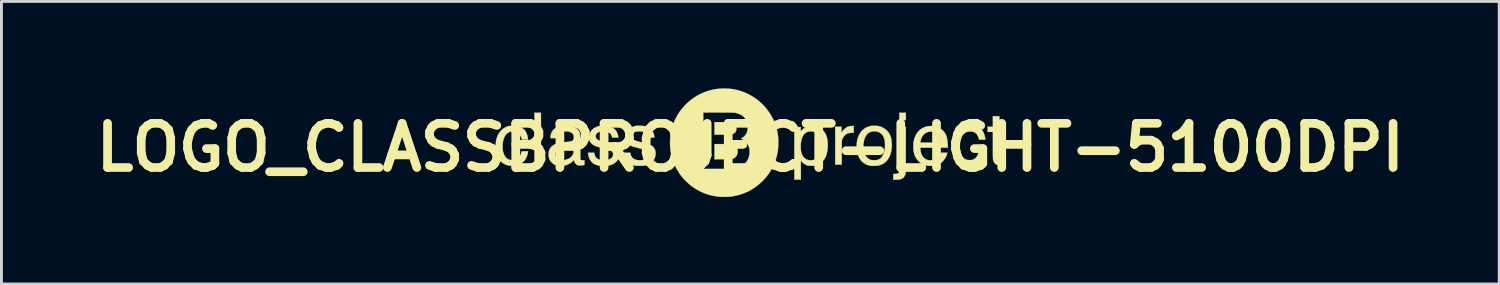
<source format=kicad_pcb>
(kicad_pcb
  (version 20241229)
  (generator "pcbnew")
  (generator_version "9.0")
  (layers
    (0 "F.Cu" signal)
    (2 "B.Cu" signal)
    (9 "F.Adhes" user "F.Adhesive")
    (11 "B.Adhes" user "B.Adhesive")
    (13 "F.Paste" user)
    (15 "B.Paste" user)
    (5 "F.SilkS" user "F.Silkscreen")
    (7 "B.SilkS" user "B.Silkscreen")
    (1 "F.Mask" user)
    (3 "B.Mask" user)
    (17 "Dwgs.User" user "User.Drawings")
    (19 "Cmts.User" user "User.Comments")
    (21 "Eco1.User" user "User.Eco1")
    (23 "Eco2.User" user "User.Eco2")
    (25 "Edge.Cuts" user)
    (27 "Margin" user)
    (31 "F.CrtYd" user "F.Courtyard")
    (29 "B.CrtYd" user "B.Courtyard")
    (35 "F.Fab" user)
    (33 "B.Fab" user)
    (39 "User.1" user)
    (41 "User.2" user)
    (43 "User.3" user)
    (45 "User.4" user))
  (footprint "LOGO_CLASSBPROJECT-LIGHT-5100DPI"
    (layer "F.Cu")
    (at 22.831 2.039)
    (property "Reference" "LOGO_CLASSBPROJECT-LIGHT-5100DPI" (at 0 0 0) (layer "F.SilkS") (effects (font (size 1.524 1.524) (thickness 0.3))))
    (attr through_hole)
    (fp_poly (pts (xy -7.222 0.588) (xy -7.446 0.588) (xy -7.446 -1.2) (xy -7.222 -1.2) (xy -7.222 0.588)) (stroke (width 0.01) (type solid)) (fill yes) (layer "F.SilkS"))
    (fp_poly (pts (xy 5.364 -0.946) (xy 5.14 -0.946) (xy 5.14 -1.2) (xy 5.364 -1.2) (xy 5.364 -0.946)) (stroke (width 0.01) (type solid)) (fill yes) (layer "F.SilkS"))
    (fp_poly (pts (xy 3.566 -0.508) (xy 3.5 -0.508) (xy 3.442 -0.505) (xy 3.392 -0.497) (xy 3.348 -0.483) (xy 3.309 -0.463) (xy 3.273 -0.435) (xy 3.254 -0.416) (xy 3.224 -0.382) (xy 3.201 -0.348) (xy 3.182 -0.31) (xy 3.171 -0.28) (xy 3.155 -0.237) (xy 3.154 0.176) (xy 3.152 0.588) (xy 2.928 0.588) (xy 2.928 -0.717) (xy 3.143 -0.717) (xy 3.143 -0.511) (xy 3.157 -0.534) (xy 3.174 -0.558) (xy 3.197 -0.585) (xy 3.223 -0.614) (xy 3.25 -0.641) (xy 3.276 -0.664) (xy 3.279 -0.666) (xy 3.318 -0.695) (xy 3.357 -0.716) (xy 3.397 -0.73) (xy 3.44 -0.739) (xy 3.49 -0.742) (xy 3.503 -0.742) (xy 3.566 -0.742) (xy 3.566 -0.508)) (stroke (width 0.01) (type solid)) (fill yes) (layer "F.SilkS"))
    (fp_poly (pts (xy -0.982 -0.119) (xy -0.913 -0.119) (xy -0.854 -0.119) (xy -0.802 -0.118) (xy -0.758 -0.117) (xy -0.72 -0.116) (xy -0.688 -0.114) (xy -0.661 -0.111) (xy -0.637 -0.108) (xy -0.617 -0.104) (xy -0.599 -0.099) (xy -0.582 -0.093) (xy -0.566 -0.087) (xy -0.554 -0.081) (xy -0.516 -0.057) (xy -0.484 -0.027) (xy -0.461 0.01) (xy -0.445 0.052) (xy -0.441 0.073) (xy -0.439 0.101) (xy -0.439 0.132) (xy -0.439 0.163) (xy -0.442 0.191) (xy -0.444 0.202) (xy -0.456 0.246) (xy -0.477 0.287) (xy -0.505 0.323) (xy -0.54 0.352) (xy -0.569 0.369) (xy -0.583 0.375) (xy -0.596 0.38) (xy -0.608 0.385) (xy -0.621 0.389) (xy -0.636 0.392) (xy -0.654 0.394) (xy -0.675 0.396) (xy -0.7 0.398) (xy -0.731 0.399) (xy -0.767 0.4) (xy -0.81 0.401) (xy -0.862 0.401) (xy -0.921 0.402) (xy -0.953 0.402) (xy -1.235 0.404) (xy -1.235 -0.12) (xy -0.982 -0.119)) (stroke (width 0.01) (type solid)) (fill yes) (layer "F.SilkS"))
    (fp_poly (pts (xy -0.967 -0.875) (xy -0.905 -0.875) (xy -0.852 -0.874) (xy -0.807 -0.873) (xy -0.77 -0.872) (xy -0.738 -0.871) (xy -0.711 -0.87) (xy -0.688 -0.868) (xy -0.669 -0.866) (xy -0.652 -0.863) (xy -0.636 -0.86) (xy -0.62 -0.856) (xy -0.604 -0.852) (xy -0.596 -0.85) (xy -0.562 -0.835) (xy -0.531 -0.811) (xy -0.509 -0.785) (xy -0.498 -0.766) (xy -0.49 -0.747) (xy -0.484 -0.726) (xy -0.482 -0.7) (xy -0.481 -0.668) (xy -0.481 -0.66) (xy -0.481 -0.632) (xy -0.483 -0.611) (xy -0.485 -0.595) (xy -0.489 -0.581) (xy -0.492 -0.572) (xy -0.511 -0.537) (xy -0.537 -0.508) (xy -0.571 -0.485) (xy -0.58 -0.48) (xy -0.595 -0.474) (xy -0.608 -0.468) (xy -0.621 -0.463) (xy -0.634 -0.459) (xy -0.649 -0.455) (xy -0.667 -0.453) (xy -0.687 -0.45) (xy -0.712 -0.449) (xy -0.742 -0.447) (xy -0.778 -0.447) (xy -0.821 -0.446) (xy -0.871 -0.445) (xy -0.931 -0.445) (xy -0.96 -0.445) (xy -1.235 -0.443) (xy -1.235 -0.877) (xy -0.967 -0.875)) (stroke (width 0.01) (type solid)) (fill yes) (layer "F.SilkS"))
    (fp_poly (pts (xy 5.362 0.078) (xy 5.362 0.183) (xy 5.362 0.278) (xy 5.362 0.364) (xy 5.362 0.441) (xy 5.361 0.51) (xy 5.361 0.572) (xy 5.361 0.627) (xy 5.36 0.675) (xy 5.36 0.717) (xy 5.36 0.753) (xy 5.359 0.784) (xy 5.359 0.81) (xy 5.358 0.831) (xy 5.358 0.85) (xy 5.357 0.864) (xy 5.356 0.876) (xy 5.355 0.885) (xy 5.354 0.893) (xy 5.353 0.899) (xy 5.352 0.904) (xy 5.336 0.954) (xy 5.313 0.997) (xy 5.283 1.033) (xy 5.247 1.062) (xy 5.202 1.085) (xy 5.162 1.098) (xy 5.147 1.102) (xy 5.127 1.105) (xy 5.101 1.107) (xy 5.068 1.108) (xy 5.031 1.109) (xy 4.931 1.112) (xy 4.931 0.911) (xy 4.962 0.911) (xy 4.99 0.91) (xy 5.02 0.908) (xy 5.049 0.904) (xy 5.074 0.899) (xy 5.093 0.894) (xy 5.095 0.893) (xy 5.109 0.885) (xy 5.12 0.872) (xy 5.128 0.853) (xy 5.133 0.826) (xy 5.135 0.819) (xy 5.135 0.809) (xy 5.136 0.789) (xy 5.137 0.76) (xy 5.137 0.722) (xy 5.138 0.675) (xy 5.138 0.619) (xy 5.139 0.555) (xy 5.139 0.482) (xy 5.139 0.402) (xy 5.139 0.315) (xy 5.14 0.22) (xy 5.14 0.118) (xy 5.14 0.036) (xy 5.14 -0.712) (xy 5.364 -0.712) (xy 5.362 0.078)) (stroke (width 0.01) (type solid)) (fill yes) (layer "F.SilkS"))
    (fp_poly (pts (xy 8.591 -0.717) (xy 8.8 -0.717) (xy 8.8 -0.538) (xy 8.591 -0.538) (xy 8.591 -0.101) (xy 8.591 -0.025) (xy 8.591 0.042) (xy 8.591 0.1) (xy 8.592 0.151) (xy 8.592 0.193) (xy 8.592 0.229) (xy 8.592 0.259) (xy 8.593 0.284) (xy 8.593 0.303) (xy 8.594 0.318) (xy 8.595 0.33) (xy 8.596 0.339) (xy 8.597 0.346) (xy 8.599 0.351) (xy 8.6 0.355) (xy 8.601 0.356) (xy 8.61 0.374) (xy 8.622 0.388) (xy 8.638 0.397) (xy 8.658 0.403) (xy 8.685 0.407) (xy 8.72 0.408) (xy 8.733 0.408) (xy 8.8 0.408) (xy 8.8 0.591) (xy 8.772 0.598) (xy 8.753 0.601) (xy 8.726 0.603) (xy 8.695 0.605) (xy 8.661 0.606) (xy 8.627 0.606) (xy 8.594 0.605) (xy 8.565 0.604) (xy 8.542 0.602) (xy 8.53 0.6) (xy 8.488 0.585) (xy 8.453 0.564) (xy 8.424 0.535) (xy 8.401 0.499) (xy 8.383 0.454) (xy 8.375 0.425) (xy 8.374 0.418) (xy 8.373 0.409) (xy 8.371 0.399) (xy 8.371 0.386) (xy 8.37 0.37) (xy 8.369 0.349) (xy 8.369 0.324) (xy 8.368 0.294) (xy 8.368 0.258) (xy 8.367 0.216) (xy 8.367 0.167) (xy 8.367 0.11) (xy 8.367 0.044) (xy 8.367 -0.03) (xy 8.367 -0.074) (xy 8.367 -0.538) (xy 8.188 -0.538) (xy 8.188 -0.717) (xy 8.367 -0.717) (xy 8.367 -1.081) (xy 8.591 -1.081) (xy 8.591 -0.717)) (stroke (width 0.01) (type solid)) (fill yes) (layer "F.SilkS"))
    (fp_poly (pts (xy -8.131 -0.751) (xy -8.098 -0.749) (xy -8.083 -0.747) (xy -8.012 -0.733) (xy -7.947 -0.712) (xy -7.888 -0.684) (xy -7.836 -0.649) (xy -7.792 -0.609) (xy -7.776 -0.59) (xy -7.745 -0.546) (xy -7.719 -0.494) (xy -7.698 -0.436) (xy -7.681 -0.369) (xy -7.668 -0.295) (xy -7.665 -0.274) (xy -7.882 -0.274) (xy -7.894 -0.317) (xy -7.91 -0.366) (xy -7.931 -0.411) (xy -7.956 -0.452) (xy -7.98 -0.48) (xy -8.011 -0.507) (xy -8.044 -0.527) (xy -8.082 -0.541) (xy -8.125 -0.549) (xy -8.176 -0.553) (xy -8.188 -0.553) (xy -8.221 -0.552) (xy -8.251 -0.549) (xy -8.274 -0.546) (xy -8.275 -0.545) (xy -8.326 -0.527) (xy -8.372 -0.501) (xy -8.413 -0.466) (xy -8.449 -0.423) (xy -8.479 -0.371) (xy -8.504 -0.31) (xy -8.524 -0.241) (xy -8.534 -0.196) (xy -8.539 -0.16) (xy -8.543 -0.118) (xy -8.545 -0.072) (xy -8.545 -0.025) (xy -8.544 0.021) (xy -8.542 0.061) (xy -8.539 0.085) (xy -8.526 0.151) (xy -8.508 0.211) (xy -8.484 0.266) (xy -8.455 0.314) (xy -8.422 0.354) (xy -8.391 0.381) (xy -8.359 0.402) (xy -8.324 0.416) (xy -8.299 0.423) (xy -8.266 0.43) (xy -8.227 0.433) (xy -8.186 0.433) (xy -8.149 0.43) (xy -8.124 0.426) (xy -8.077 0.41) (xy -8.034 0.385) (xy -7.995 0.351) (xy -7.96 0.31) (xy -7.93 0.261) (xy -7.906 0.206) (xy -7.889 0.151) (xy -7.884 0.129) (xy -7.664 0.129) (xy -7.668 0.148) (xy -7.685 0.229) (xy -7.707 0.301) (xy -7.736 0.366) (xy -7.77 0.424) (xy -7.811 0.474) (xy -7.858 0.517) (xy -7.892 0.541) (xy -7.939 0.569) (xy -7.987 0.59) (xy -8.04 0.607) (xy -8.099 0.62) (xy -8.1 0.62) (xy -8.127 0.623) (xy -8.16 0.626) (xy -8.198 0.627) (xy -8.236 0.627) (xy -8.274 0.626) (xy -8.307 0.624) (xy -8.334 0.621) (xy -8.339 0.62) (xy -8.408 0.601) (xy -8.472 0.574) (xy -8.531 0.539) (xy -8.585 0.495) (xy -8.634 0.444) (xy -8.676 0.386) (xy -8.712 0.32) (xy -8.742 0.249) (xy -8.76 0.187) (xy -8.774 0.12) (xy -8.782 0.046) (xy -8.785 -0.031) (xy -8.783 -0.11) (xy -8.775 -0.189) (xy -8.763 -0.264) (xy -8.755 -0.296) (xy -8.731 -0.373) (xy -8.699 -0.444) (xy -8.66 -0.509) (xy -8.615 -0.568) (xy -8.563 -0.619) (xy -8.505 -0.663) (xy -8.442 -0.699) (xy -8.374 -0.727) (xy -8.34 -0.738) (xy -8.315 -0.743) (xy -8.284 -0.747) (xy -8.247 -0.749) (xy -8.208 -0.751) (xy -8.168 -0.752) (xy -8.131 -0.751)) (stroke (width 0.01) (type solid)) (fill yes) (layer "F.SilkS"))
    (fp_poly (pts (xy 7.642 -0.751) (xy 7.674 -0.749) (xy 7.69 -0.747) (xy 7.761 -0.733) (xy 7.826 -0.712) (xy 7.885 -0.684) (xy 7.937 -0.649) (xy 7.981 -0.609) (xy 7.997 -0.59) (xy 8.028 -0.546) (xy 8.053 -0.494) (xy 8.075 -0.436) (xy 8.092 -0.369) (xy 8.105 -0.295) (xy 8.108 -0.274) (xy 7.89 -0.274) (xy 7.879 -0.317) (xy 7.863 -0.366) (xy 7.842 -0.411) (xy 7.817 -0.452) (xy 7.793 -0.48) (xy 7.762 -0.507) (xy 7.729 -0.527) (xy 7.691 -0.541) (xy 7.647 -0.549) (xy 7.597 -0.553) (xy 7.585 -0.553) (xy 7.552 -0.552) (xy 7.522 -0.549) (xy 7.499 -0.546) (xy 7.498 -0.545) (xy 7.447 -0.527) (xy 7.401 -0.501) (xy 7.36 -0.466) (xy 7.324 -0.423) (xy 7.294 -0.371) (xy 7.269 -0.31) (xy 7.248 -0.241) (xy 7.239 -0.196) (xy 7.234 -0.16) (xy 7.23 -0.118) (xy 7.228 -0.072) (xy 7.227 -0.025) (xy 7.228 0.021) (xy 7.231 0.061) (xy 7.234 0.085) (xy 7.247 0.151) (xy 7.265 0.211) (xy 7.289 0.266) (xy 7.318 0.314) (xy 7.351 0.354) (xy 7.382 0.381) (xy 7.414 0.402) (xy 7.449 0.416) (xy 7.474 0.423) (xy 7.507 0.43) (xy 7.546 0.433) (xy 7.586 0.433) (xy 7.624 0.43) (xy 7.649 0.426) (xy 7.696 0.41) (xy 7.739 0.385) (xy 7.778 0.351) (xy 7.813 0.31) (xy 7.843 0.261) (xy 7.867 0.206) (xy 7.884 0.151) (xy 7.889 0.129) (xy 8.109 0.129) (xy 8.105 0.148) (xy 8.088 0.229) (xy 8.066 0.301) (xy 8.037 0.366) (xy 8.002 0.424) (xy 7.962 0.474) (xy 7.915 0.517) (xy 7.881 0.541) (xy 7.834 0.569) (xy 7.786 0.59) (xy 7.733 0.607) (xy 7.674 0.62) (xy 7.673 0.62) (xy 7.646 0.623) (xy 7.612 0.626) (xy 7.575 0.627) (xy 7.536 0.627) (xy 7.499 0.626) (xy 7.466 0.624) (xy 7.439 0.621) (xy 7.434 0.62) (xy 7.365 0.601) (xy 7.301 0.574) (xy 7.242 0.539) (xy 7.188 0.495) (xy 7.139 0.444) (xy 7.097 0.386) (xy 7.061 0.32) (xy 7.031 0.249) (xy 7.013 0.187) (xy 6.999 0.12) (xy 6.991 0.046) (xy 6.988 -0.031) (xy 6.99 -0.11) (xy 6.998 -0.189) (xy 7.01 -0.264) (xy 7.018 -0.296) (xy 7.042 -0.373) (xy 7.074 -0.444) (xy 7.112 -0.509) (xy 7.158 -0.568) (xy 7.21 -0.619) (xy 7.267 -0.663) (xy 7.331 -0.699) (xy 7.399 -0.727) (xy 7.433 -0.738) (xy 7.457 -0.743) (xy 7.489 -0.747) (xy 7.526 -0.749) (xy 7.565 -0.751) (xy 7.605 -0.752) (xy 7.642 -0.751)) (stroke (width 0.01) (type solid)) (fill yes) (layer "F.SilkS"))
    (fp_poly (pts (xy 2.176 -0.749) (xy 2.202 -0.749) (xy 2.222 -0.748) (xy 2.238 -0.746) (xy 2.252 -0.744) (xy 2.266 -0.74) (xy 2.282 -0.736) (xy 2.284 -0.735) (xy 2.349 -0.71) (xy 2.41 -0.676) (xy 2.465 -0.635) (xy 2.515 -0.585) (xy 2.559 -0.529) (xy 2.596 -0.467) (xy 2.626 -0.399) (xy 2.632 -0.382) (xy 2.648 -0.322) (xy 2.661 -0.255) (xy 2.668 -0.183) (xy 2.672 -0.107) (xy 2.671 -0.03) (xy 2.665 0.047) (xy 2.655 0.122) (xy 2.641 0.192) (xy 2.632 0.227) (xy 2.606 0.302) (xy 2.573 0.37) (xy 2.533 0.431) (xy 2.486 0.484) (xy 2.433 0.531) (xy 2.373 0.57) (xy 2.348 0.583) (xy 2.316 0.598) (xy 2.287 0.61) (xy 2.26 0.618) (xy 2.231 0.624) (xy 2.2 0.627) (xy 2.163 0.629) (xy 2.119 0.63) (xy 2.114 0.63) (xy 2.08 0.63) (xy 2.053 0.629) (xy 2.033 0.628) (xy 2.017 0.627) (xy 2.003 0.625) (xy 1.989 0.621) (xy 1.974 0.617) (xy 1.97 0.616) (xy 1.933 0.603) (xy 1.902 0.59) (xy 1.873 0.573) (xy 1.845 0.552) (xy 1.815 0.526) (xy 1.799 0.51) (xy 1.743 0.456) (xy 1.743 0.781) (xy 1.743 1.106) (xy 1.519 1.106) (xy 1.519 -0.012) (xy 1.737 -0.012) (xy 1.741 0.066) (xy 1.752 0.138) (xy 1.769 0.202) (xy 1.791 0.259) (xy 1.82 0.308) (xy 1.854 0.35) (xy 1.894 0.385) (xy 1.94 0.411) (xy 1.991 0.429) (xy 2.01 0.433) (xy 2.032 0.436) (xy 2.061 0.438) (xy 2.092 0.438) (xy 2.123 0.436) (xy 2.15 0.434) (xy 2.168 0.43) (xy 2.213 0.414) (xy 2.256 0.39) (xy 2.297 0.358) (xy 2.334 0.321) (xy 2.364 0.28) (xy 2.375 0.26) (xy 2.398 0.21) (xy 2.416 0.158) (xy 2.429 0.101) (xy 2.438 0.039) (xy 2.443 -0.027) (xy 2.444 -0.105) (xy 2.438 -0.179) (xy 2.427 -0.249) (xy 2.409 -0.313) (xy 2.386 -0.371) (xy 2.357 -0.422) (xy 2.323 -0.465) (xy 2.316 -0.473) (xy 2.278 -0.505) (xy 2.237 -0.529) (xy 2.191 -0.546) (xy 2.14 -0.555) (xy 2.09 -0.558) (xy 2.058 -0.557) (xy 2.03 -0.555) (xy 2.007 -0.551) (xy 2.004 -0.55) (xy 1.953 -0.532) (xy 1.907 -0.506) (xy 1.866 -0.471) (xy 1.831 -0.429) (xy 1.801 -0.378) (xy 1.777 -0.318) (xy 1.759 -0.251) (xy 1.746 -0.176) (xy 1.739 -0.096) (xy 1.737 -0.012) (xy 1.519 -0.012) (xy 1.519 -0.707) (xy 1.738 -0.707) (xy 1.738 -0.559) (xy 1.792 -0.612) (xy 1.835 -0.651) (xy 1.878 -0.683) (xy 1.922 -0.708) (xy 1.97 -0.728) (xy 2.012 -0.741) (xy 2.026 -0.744) (xy 2.042 -0.746) (xy 2.062 -0.748) (xy 2.086 -0.749) (xy 2.118 -0.749) (xy 2.142 -0.749) (xy 2.176 -0.749)) (stroke (width 0.01) (type solid)) (fill yes) (layer "F.SilkS"))
    (fp_poly (pts (xy 4.314 -0.751) (xy 4.354 -0.75) (xy 4.389 -0.746) (xy 4.401 -0.744) (xy 4.475 -0.726) (xy 4.545 -0.7) (xy 4.611 -0.664) (xy 4.671 -0.62) (xy 4.709 -0.586) (xy 4.754 -0.535) (xy 4.792 -0.479) (xy 4.823 -0.418) (xy 4.845 -0.359) (xy 4.857 -0.317) (xy 4.866 -0.277) (xy 4.872 -0.234) (xy 4.877 -0.186) (xy 4.879 -0.132) (xy 4.879 -0.124) (xy 4.879 -0.028) (xy 4.871 0.062) (xy 4.857 0.145) (xy 4.835 0.224) (xy 4.806 0.298) (xy 4.769 0.369) (xy 4.747 0.403) (xy 4.705 0.459) (xy 4.657 0.506) (xy 4.603 0.546) (xy 4.543 0.579) (xy 4.477 0.604) (xy 4.403 0.622) (xy 4.385 0.625) (xy 4.36 0.628) (xy 4.327 0.63) (xy 4.29 0.632) (xy 4.252 0.632) (xy 4.214 0.631) (xy 4.178 0.63) (xy 4.149 0.628) (xy 4.131 0.625) (xy 4.059 0.607) (xy 3.992 0.581) (xy 3.93 0.546) (xy 3.875 0.504) (xy 3.824 0.453) (xy 3.78 0.394) (xy 3.747 0.336) (xy 3.716 0.265) (xy 3.693 0.189) (xy 3.677 0.106) (xy 3.668 0.02) (xy 3.668 -0.041) (xy 3.9 -0.041) (xy 3.903 0.033) (xy 3.912 0.103) (xy 3.927 0.167) (xy 3.948 0.226) (xy 3.974 0.279) (xy 4.005 0.324) (xy 4.04 0.362) (xy 4.08 0.392) (xy 4.1 0.403) (xy 4.13 0.417) (xy 4.159 0.426) (xy 4.189 0.433) (xy 4.223 0.436) (xy 4.262 0.437) (xy 4.283 0.437) (xy 4.315 0.436) (xy 4.338 0.434) (xy 4.357 0.433) (xy 4.373 0.43) (xy 4.389 0.425) (xy 4.401 0.422) (xy 4.444 0.404) (xy 4.482 0.38) (xy 4.516 0.349) (xy 4.545 0.311) (xy 4.571 0.265) (xy 4.595 0.21) (xy 4.604 0.183) (xy 4.625 0.11) (xy 4.639 0.036) (xy 4.645 -0.04) (xy 4.645 -0.122) (xy 4.645 -0.122) (xy 4.641 -0.185) (xy 4.634 -0.241) (xy 4.623 -0.291) (xy 4.607 -0.338) (xy 4.587 -0.383) (xy 4.585 -0.386) (xy 4.555 -0.433) (xy 4.518 -0.474) (xy 4.475 -0.507) (xy 4.425 -0.533) (xy 4.408 -0.54) (xy 4.389 -0.546) (xy 4.372 -0.55) (xy 4.355 -0.553) (xy 4.334 -0.555) (xy 4.307 -0.556) (xy 4.295 -0.557) (xy 4.25 -0.557) (xy 4.212 -0.555) (xy 4.178 -0.549) (xy 4.147 -0.539) (xy 4.115 -0.526) (xy 4.073 -0.5) (xy 4.034 -0.466) (xy 4 -0.423) (xy 3.97 -0.374) (xy 3.945 -0.317) (xy 3.926 -0.255) (xy 3.911 -0.187) (xy 3.902 -0.114) (xy 3.9 -0.041) (xy 3.668 -0.041) (xy 3.668 -0.071) (xy 3.67 -0.113) (xy 3.678 -0.19) (xy 3.689 -0.258) (xy 3.705 -0.321) (xy 3.726 -0.38) (xy 3.75 -0.433) (xy 3.79 -0.502) (xy 3.835 -0.562) (xy 3.886 -0.614) (xy 3.943 -0.659) (xy 4.005 -0.695) (xy 4.073 -0.722) (xy 4.147 -0.742) (xy 4.162 -0.745) (xy 4.193 -0.749) (xy 4.231 -0.751) (xy 4.272 -0.752) (xy 4.314 -0.751)) (stroke (width 0.01) (type solid)) (fill yes) (layer "F.SilkS"))
    (fp_poly (pts (xy 6.284 -0.741) (xy 6.322 -0.738) (xy 6.341 -0.735) (xy 6.409 -0.718) (xy 6.474 -0.694) (xy 6.535 -0.664) (xy 6.591 -0.628) (xy 6.64 -0.588) (xy 6.682 -0.543) (xy 6.697 -0.522) (xy 6.723 -0.482) (xy 6.744 -0.442) (xy 6.762 -0.399) (xy 6.776 -0.353) (xy 6.788 -0.302) (xy 6.797 -0.246) (xy 6.804 -0.182) (xy 6.809 -0.111) (xy 6.81 -0.071) (xy 6.813 0.005) (xy 5.862 0.005) (xy 5.862 0.026) (xy 5.863 0.047) (xy 5.866 0.075) (xy 5.871 0.106) (xy 5.877 0.137) (xy 5.884 0.166) (xy 5.887 0.178) (xy 5.907 0.236) (xy 5.933 0.287) (xy 5.964 0.331) (xy 6 0.368) (xy 6.04 0.397) (xy 6.058 0.406) (xy 6.09 0.42) (xy 6.121 0.429) (xy 6.155 0.435) (xy 6.194 0.437) (xy 6.238 0.437) (xy 6.268 0.436) (xy 6.292 0.434) (xy 6.311 0.431) (xy 6.328 0.427) (xy 6.346 0.422) (xy 6.347 0.421) (xy 6.401 0.398) (xy 6.449 0.367) (xy 6.491 0.328) (xy 6.525 0.282) (xy 6.552 0.231) (xy 6.558 0.217) (xy 6.572 0.179) (xy 6.794 0.179) (xy 6.79 0.198) (xy 6.779 0.242) (xy 6.761 0.289) (xy 6.737 0.337) (xy 6.708 0.385) (xy 6.676 0.43) (xy 6.642 0.47) (xy 6.634 0.478) (xy 6.581 0.524) (xy 6.522 0.562) (xy 6.457 0.592) (xy 6.386 0.615) (xy 6.322 0.627) (xy 6.291 0.63) (xy 6.254 0.632) (xy 6.213 0.632) (xy 6.172 0.631) (xy 6.133 0.629) (xy 6.098 0.626) (xy 6.076 0.622) (xy 6.007 0.602) (xy 5.942 0.574) (xy 5.88 0.536) (xy 5.822 0.488) (xy 5.817 0.484) (xy 5.77 0.435) (xy 5.73 0.383) (xy 5.697 0.327) (xy 5.67 0.266) (xy 5.649 0.199) (xy 5.633 0.125) (xy 5.628 0.09) (xy 5.625 0.062) (xy 5.623 0.028) (xy 5.623 -0.012) (xy 5.623 -0.054) (xy 5.624 -0.095) (xy 5.626 -0.134) (xy 5.628 -0.167) (xy 5.629 -0.169) (xy 5.866 -0.169) (xy 6.222 -0.169) (xy 6.291 -0.169) (xy 6.35 -0.169) (xy 6.4 -0.169) (xy 6.442 -0.17) (xy 6.478 -0.17) (xy 6.506 -0.17) (xy 6.529 -0.171) (xy 6.546 -0.171) (xy 6.559 -0.172) (xy 6.568 -0.173) (xy 6.574 -0.174) (xy 6.577 -0.175) (xy 6.579 -0.177) (xy 6.579 -0.178) (xy 6.578 -0.193) (xy 6.574 -0.215) (xy 6.569 -0.241) (xy 6.563 -0.269) (xy 6.556 -0.296) (xy 6.549 -0.32) (xy 6.549 -0.321) (xy 6.527 -0.376) (xy 6.498 -0.424) (xy 6.463 -0.464) (xy 6.422 -0.496) (xy 6.394 -0.513) (xy 6.356 -0.529) (xy 6.319 -0.54) (xy 6.278 -0.546) (xy 6.231 -0.548) (xy 6.228 -0.548) (xy 6.17 -0.544) (xy 6.12 -0.534) (xy 6.074 -0.517) (xy 6.067 -0.513) (xy 6.018 -0.481) (xy 5.975 -0.442) (xy 5.939 -0.396) (xy 5.909 -0.344) (xy 5.887 -0.285) (xy 5.872 -0.222) (xy 5.869 -0.198) (xy 5.866 -0.169) (xy 5.629 -0.169) (xy 5.63 -0.182) (xy 5.647 -0.268) (xy 5.672 -0.348) (xy 5.705 -0.422) (xy 5.745 -0.49) (xy 5.794 -0.553) (xy 5.826 -0.587) (xy 5.881 -0.634) (xy 5.941 -0.672) (xy 6.006 -0.703) (xy 6.076 -0.726) (xy 6.11 -0.733) (xy 6.15 -0.738) (xy 6.195 -0.741) (xy 6.24 -0.742) (xy 6.284 -0.741)) (stroke (width 0.01) (type solid)) (fill yes) (layer "F.SilkS"))
    (fp_poly (pts (xy -5.018 -0.749) (xy -4.979 -0.748) (xy -4.946 -0.746) (xy -4.917 -0.742) (xy -4.891 -0.737) (xy -4.865 -0.73) (xy -4.837 -0.721) (xy -4.82 -0.715) (xy -4.769 -0.692) (xy -4.723 -0.665) (xy -4.694 -0.642) (xy -4.658 -0.607) (xy -4.626 -0.566) (xy -4.599 -0.521) (xy -4.578 -0.473) (xy -4.564 -0.425) (xy -4.557 -0.378) (xy -4.557 -0.37) (xy -4.557 -0.344) (xy -4.766 -0.344) (xy -4.771 -0.371) (xy -4.781 -0.402) (xy -4.795 -0.434) (xy -4.813 -0.463) (xy -4.832 -0.486) (xy -4.834 -0.488) (xy -4.861 -0.508) (xy -4.896 -0.527) (xy -4.935 -0.542) (xy -4.948 -0.546) (xy -4.968 -0.55) (xy -4.996 -0.553) (xy -5.029 -0.555) (xy -5.064 -0.557) (xy -5.099 -0.557) (xy -5.131 -0.556) (xy -5.158 -0.555) (xy -5.168 -0.553) (xy -5.209 -0.542) (xy -5.247 -0.526) (xy -5.28 -0.503) (xy -5.306 -0.477) (xy -5.32 -0.456) (xy -5.327 -0.437) (xy -5.332 -0.413) (xy -5.333 -0.402) (xy -5.331 -0.365) (xy -5.321 -0.331) (xy -5.301 -0.301) (xy -5.272 -0.274) (xy -5.234 -0.25) (xy -5.199 -0.235) (xy -5.185 -0.23) (xy -5.163 -0.223) (xy -5.134 -0.215) (xy -5.1 -0.206) (xy -5.063 -0.196) (xy -5.023 -0.185) (xy -5 -0.18) (xy -4.93 -0.162) (xy -4.868 -0.146) (xy -4.814 -0.13) (xy -4.768 -0.116) (xy -4.729 -0.102) (xy -4.695 -0.088) (xy -4.666 -0.074) (xy -4.641 -0.06) (xy -4.62 -0.046) (xy -4.613 -0.04) (xy -4.591 -0.018) (xy -4.569 0.01) (xy -4.549 0.041) (xy -4.534 0.072) (xy -4.533 0.075) (xy -4.52 0.125) (xy -4.513 0.18) (xy -4.514 0.237) (xy -4.522 0.293) (xy -4.537 0.347) (xy -4.554 0.388) (xy -4.587 0.443) (xy -4.627 0.491) (xy -4.674 0.532) (xy -4.728 0.567) (xy -4.789 0.594) (xy -4.857 0.615) (xy -4.86 0.616) (xy -4.878 0.62) (xy -4.894 0.623) (xy -4.911 0.626) (xy -4.929 0.627) (xy -4.952 0.628) (xy -4.98 0.629) (xy -5.015 0.63) (xy -5.035 0.63) (xy -5.071 0.63) (xy -5.106 0.63) (xy -5.138 0.63) (xy -5.165 0.629) (xy -5.185 0.628) (xy -5.192 0.627) (xy -5.247 0.617) (xy -5.302 0.601) (xy -5.353 0.582) (xy -5.398 0.559) (xy -5.431 0.537) (xy -5.457 0.515) (xy -5.483 0.485) (xy -5.509 0.451) (xy -5.532 0.416) (xy -5.546 0.391) (xy -5.565 0.346) (xy -5.58 0.296) (xy -5.591 0.245) (xy -5.595 0.215) (xy -5.599 0.179) (xy -5.384 0.179) (xy -5.381 0.198) (xy -5.378 0.214) (xy -5.374 0.233) (xy -5.371 0.245) (xy -5.355 0.292) (xy -5.332 0.331) (xy -5.301 0.365) (xy -5.263 0.392) (xy -5.217 0.414) (xy -5.163 0.429) (xy -5.138 0.433) (xy -5.114 0.436) (xy -5.083 0.437) (xy -5.049 0.437) (xy -5.013 0.436) (xy -4.979 0.434) (xy -4.949 0.431) (xy -4.925 0.428) (xy -4.918 0.426) (xy -4.884 0.414) (xy -4.85 0.399) (xy -4.818 0.382) (xy -4.792 0.364) (xy -4.781 0.353) (xy -4.758 0.323) (xy -4.742 0.289) (xy -4.734 0.253) (xy -4.734 0.216) (xy -4.743 0.181) (xy -4.757 0.153) (xy -4.766 0.141) (xy -4.776 0.13) (xy -4.788 0.12) (xy -4.803 0.11) (xy -4.822 0.1) (xy -4.845 0.091) (xy -4.874 0.081) (xy -4.909 0.07) (xy -4.95 0.058) (xy -5 0.045) (xy -5.058 0.029) (xy -5.085 0.022) (xy -5.14 0.008) (xy -5.186 -0.004) (xy -5.225 -0.014) (xy -5.257 -0.024) (xy -5.285 -0.032) (xy -5.308 -0.04) (xy -5.329 -0.047) (xy -5.347 -0.055) (xy -5.365 -0.063) (xy -5.384 -0.073) (xy -5.384 -0.073) (xy -5.436 -0.104) (xy -5.479 -0.139) (xy -5.513 -0.179) (xy -5.538 -0.223) (xy -5.555 -0.272) (xy -5.562 -0.324) (xy -5.561 -0.371) (xy -5.551 -0.435) (xy -5.533 -0.494) (xy -5.506 -0.548) (xy -5.471 -0.596) (xy -5.428 -0.639) (xy -5.378 -0.675) (xy -5.32 -0.706) (xy -5.255 -0.73) (xy -5.226 -0.738) (xy -5.211 -0.742) (xy -5.196 -0.745) (xy -5.181 -0.747) (xy -5.163 -0.748) (xy -5.141 -0.749) (xy -5.112 -0.749) (xy -5.076 -0.749) (xy -5.065 -0.749) (xy -5.018 -0.749)) (stroke (width 0.01) (type solid)) (fill yes) (layer "F.SilkS"))
    (fp_poly (pts (xy -3.773 -0.749) (xy -3.734 -0.748) (xy -3.701 -0.746) (xy -3.672 -0.742) (xy -3.645 -0.737) (xy -3.619 -0.73) (xy -3.592 -0.721) (xy -3.575 -0.715) (xy -3.523 -0.692) (xy -3.478 -0.665) (xy -3.449 -0.642) (xy -3.413 -0.607) (xy -3.381 -0.566) (xy -3.354 -0.521) (xy -3.333 -0.473) (xy -3.318 -0.425) (xy -3.312 -0.378) (xy -3.312 -0.37) (xy -3.312 -0.344) (xy -3.52 -0.344) (xy -3.526 -0.371) (xy -3.535 -0.402) (xy -3.55 -0.434) (xy -3.567 -0.463) (xy -3.587 -0.486) (xy -3.589 -0.488) (xy -3.616 -0.508) (xy -3.651 -0.527) (xy -3.69 -0.542) (xy -3.703 -0.546) (xy -3.723 -0.55) (xy -3.751 -0.553) (xy -3.784 -0.555) (xy -3.819 -0.557) (xy -3.854 -0.557) (xy -3.886 -0.556) (xy -3.912 -0.555) (xy -3.923 -0.553) (xy -3.964 -0.542) (xy -4.002 -0.526) (xy -4.035 -0.503) (xy -4.061 -0.477) (xy -4.075 -0.456) (xy -4.082 -0.437) (xy -4.087 -0.413) (xy -4.088 -0.402) (xy -4.086 -0.365) (xy -4.076 -0.331) (xy -4.056 -0.301) (xy -4.027 -0.274) (xy -3.989 -0.25) (xy -3.954 -0.235) (xy -3.94 -0.23) (xy -3.918 -0.223) (xy -3.889 -0.215) (xy -3.855 -0.206) (xy -3.817 -0.196) (xy -3.777 -0.185) (xy -3.755 -0.18) (xy -3.685 -0.162) (xy -3.623 -0.146) (xy -3.569 -0.13) (xy -3.523 -0.116) (xy -3.484 -0.102) (xy -3.45 -0.088) (xy -3.421 -0.074) (xy -3.396 -0.06) (xy -3.375 -0.046) (xy -3.368 -0.04) (xy -3.346 -0.018) (xy -3.324 0.01) (xy -3.304 0.041) (xy -3.289 0.072) (xy -3.288 0.075) (xy -3.275 0.125) (xy -3.268 0.18) (xy -3.269 0.237) (xy -3.277 0.293) (xy -3.292 0.347) (xy -3.309 0.388) (xy -3.342 0.443) (xy -3.382 0.491) (xy -3.429 0.532) (xy -3.482 0.567) (xy -3.543 0.594) (xy -3.612 0.615) (xy -3.615 0.616) (xy -3.633 0.62) (xy -3.649 0.623) (xy -3.666 0.626) (xy -3.684 0.627) (xy -3.707 0.628) (xy -3.734 0.629) (xy -3.77 0.63) (xy -3.79 0.63) (xy -3.826 0.63) (xy -3.861 0.63) (xy -3.893 0.63) (xy -3.92 0.629) (xy -3.94 0.628) (xy -3.947 0.627) (xy -4.002 0.617) (xy -4.056 0.601) (xy -4.108 0.582) (xy -4.153 0.559) (xy -4.186 0.537) (xy -4.212 0.515) (xy -4.238 0.485) (xy -4.264 0.451) (xy -4.287 0.416) (xy -4.301 0.391) (xy -4.32 0.346) (xy -4.335 0.296) (xy -4.346 0.245) (xy -4.35 0.215) (xy -4.354 0.179) (xy -4.139 0.179) (xy -4.136 0.198) (xy -4.133 0.214) (xy -4.129 0.233) (xy -4.126 0.245) (xy -4.11 0.292) (xy -4.087 0.331) (xy -4.056 0.365) (xy -4.018 0.392) (xy -3.972 0.414) (xy -3.918 0.429) (xy -3.893 0.433) (xy -3.869 0.436) (xy -3.838 0.437) (xy -3.804 0.437) (xy -3.768 0.436) (xy -3.734 0.434) (xy -3.703 0.431) (xy -3.68 0.428) (xy -3.673 0.426) (xy -3.639 0.414) (xy -3.605 0.399) (xy -3.573 0.382) (xy -3.547 0.364) (xy -3.536 0.353) (xy -3.513 0.323) (xy -3.497 0.289) (xy -3.489 0.253) (xy -3.489 0.216) (xy -3.497 0.181) (xy -3.512 0.153) (xy -3.521 0.141) (xy -3.531 0.13) (xy -3.543 0.12) (xy -3.558 0.11) (xy -3.577 0.1) (xy -3.6 0.091) (xy -3.629 0.081) (xy -3.664 0.07) (xy -3.705 0.058) (xy -3.755 0.045) (xy -3.813 0.029) (xy -3.84 0.022) (xy -3.895 0.008) (xy -3.941 -0.004) (xy -3.98 -0.014) (xy -4.012 -0.024) (xy -4.04 -0.032) (xy -4.063 -0.04) (xy -4.084 -0.047) (xy -4.102 -0.055) (xy -4.12 -0.063) (xy -4.139 -0.073) (xy -4.139 -0.073) (xy -4.191 -0.104) (xy -4.234 -0.139) (xy -4.268 -0.179) (xy -4.293 -0.223) (xy -4.31 -0.272) (xy -4.317 -0.324) (xy -4.316 -0.371) (xy -4.306 -0.435) (xy -4.288 -0.494) (xy -4.261 -0.548) (xy -4.226 -0.596) (xy -4.183 -0.639) (xy -4.133 -0.675) (xy -4.075 -0.706) (xy -4.01 -0.73) (xy -3.981 -0.738) (xy -3.966 -0.742) (xy -3.951 -0.745) (xy -3.936 -0.747) (xy -3.918 -0.748) (xy -3.896 -0.749) (xy -3.867 -0.749) (xy -3.831 -0.749) (xy -3.82 -0.749) (xy -3.773 -0.749)) (stroke (width 0.01) (type solid)) (fill yes) (layer "F.SilkS"))
    (fp_poly (pts (xy -0.813 -2.033) (xy -0.731 -2.028) (xy -0.653 -2.02) (xy -0.575 -2.008) (xy -0.494 -1.992) (xy -0.444 -1.98) (xy -0.317 -1.943) (xy -0.193 -1.898) (xy -0.073 -1.844) (xy 0.042 -1.781) (xy 0.153 -1.711) (xy 0.258 -1.634) (xy 0.357 -1.549) (xy 0.451 -1.458) (xy 0.537 -1.361) (xy 0.618 -1.257) (xy 0.69 -1.149) (xy 0.755 -1.035) (xy 0.812 -0.917) (xy 0.861 -0.794) (xy 0.901 -0.668) (xy 0.911 -0.63) (xy 0.929 -0.552) (xy 0.943 -0.478) (xy 0.954 -0.406) (xy 0.961 -0.333) (xy 0.965 -0.255) (xy 0.966 -0.171) (xy 0.966 -0.164) (xy 0.963 -0.045) (xy 0.954 0.068) (xy 0.937 0.178) (xy 0.914 0.286) (xy 0.883 0.394) (xy 0.868 0.44) (xy 0.82 0.567) (xy 0.764 0.687) (xy 0.701 0.801) (xy 0.629 0.911) (xy 0.548 1.015) (xy 0.459 1.116) (xy 0.436 1.14) (xy 0.335 1.236) (xy 0.23 1.323) (xy 0.12 1.401) (xy 0.005 1.471) (xy -0.114 1.532) (xy -0.238 1.583) (xy -0.366 1.626) (xy -0.498 1.66) (xy -0.635 1.685) (xy -0.659 1.689) (xy -0.689 1.692) (xy -0.72 1.695) (xy -0.755 1.697) (xy -0.794 1.699) (xy -0.84 1.7) (xy -0.874 1.701) (xy -0.912 1.701) (xy -0.947 1.701) (xy -0.979 1.701) (xy -1.005 1.701) (xy -1.024 1.701) (xy -1.036 1.7) (xy -1.036 1.7) (xy -1.175 1.684) (xy -1.309 1.659) (xy -1.437 1.626) (xy -1.561 1.585) (xy -1.681 1.535) (xy -1.798 1.477) (xy -1.898 1.418) (xy -1.992 1.354) (xy -2.085 1.282) (xy -2.175 1.202) (xy -2.261 1.118) (xy -2.34 1.029) (xy -2.412 0.939) (xy -2.442 0.896) (xy -2.515 0.78) (xy -2.539 0.737) (xy -1.624 0.737) (xy -1.141 0.737) (xy -1.058 0.737) (xy -0.981 0.737) (xy -0.909 0.737) (xy -0.843 0.736) (xy -0.785 0.736) (xy -0.733 0.735) (xy -0.69 0.735) (xy -0.654 0.734) (xy -0.628 0.733) (xy -0.61 0.732) (xy -0.607 0.732) (xy -0.531 0.722) (xy -0.463 0.709) (xy -0.402 0.693) (xy -0.347 0.672) (xy -0.298 0.646) (xy -0.252 0.615) (xy -0.208 0.579) (xy -0.205 0.575) (xy -0.154 0.52) (xy -0.111 0.46) (xy -0.076 0.394) (xy -0.05 0.323) (xy -0.032 0.249) (xy -0.032 0.248) (xy -0.028 0.211) (xy -0.026 0.168) (xy -0.026 0.124) (xy -0.028 0.08) (xy -0.033 0.04) (xy -0.039 0.007) (xy -0.061 -0.059) (xy -0.091 -0.119) (xy -0.127 -0.172) (xy -0.17 -0.218) (xy -0.221 -0.257) (xy -0.279 -0.288) (xy -0.285 -0.291) (xy -0.301 -0.299) (xy -0.313 -0.305) (xy -0.319 -0.309) (xy -0.319 -0.309) (xy -0.315 -0.313) (xy -0.305 -0.318) (xy -0.272 -0.337) (xy -0.237 -0.363) (xy -0.204 -0.393) (xy -0.173 -0.426) (xy -0.148 -0.46) (xy -0.139 -0.476) (xy -0.116 -0.527) (xy -0.1 -0.584) (xy -0.091 -0.645) (xy -0.088 -0.709) (xy -0.091 -0.773) (xy -0.102 -0.836) (xy -0.105 -0.848) (xy -0.117 -0.885) (xy -0.134 -0.926) (xy -0.154 -0.965) (xy -0.176 -1.001) (xy -0.192 -1.022) (xy -0.235 -1.067) (xy -0.285 -1.106) (xy -0.343 -1.139) (xy -0.408 -1.167) (xy -0.482 -1.189) (xy -0.525 -1.199) (xy -0.533 -1.2) (xy -0.541 -1.201) (xy -0.552 -1.202) (xy -0.566 -1.203) (xy -0.582 -1.204) (xy -0.602 -1.205) (xy -0.627 -1.206) (xy -0.657 -1.206) (xy -0.692 -1.207) (xy -0.733 -1.207) (xy -0.781 -1.207) (xy -0.836 -1.208) (xy -0.899 -1.208) (xy -0.971 -1.208) (xy -1.052 -1.209) (xy -1.094 -1.209) (xy -1.624 -1.211) (xy -1.624 0.737) (xy -2.539 0.737) (xy -2.58 0.661) (xy -2.635 0.537) (xy -2.681 0.41) (xy -2.718 0.279) (xy -2.746 0.145) (xy -2.762 0.026) (xy -2.767 -0.036) (xy -2.769 -0.106) (xy -2.77 -0.179) (xy -2.768 -0.253) (xy -2.764 -0.326) (xy -2.758 -0.394) (xy -2.754 -0.426) (xy -2.731 -0.557) (xy -2.7 -0.684) (xy -2.659 -0.809) (xy -2.609 -0.93) (xy -2.552 -1.046) (xy -2.487 -1.159) (xy -2.414 -1.266) (xy -2.334 -1.368) (xy -2.247 -1.464) (xy -2.154 -1.554) (xy -2.055 -1.638) (xy -1.95 -1.715) (xy -1.84 -1.784) (xy -1.725 -1.846) (xy -1.606 -1.9) (xy -1.482 -1.945) (xy -1.359 -1.98) (xy -1.275 -1.999) (xy -1.196 -2.013) (xy -1.119 -2.024) (xy -1.039 -2.03) (xy -0.955 -2.034) (xy -0.901 -2.034) (xy -0.813 -2.033)) (stroke (width 0.01) (type solid)) (fill yes) (layer "F.SilkS"))
    (fp_poly (pts (xy -6.273 -0.748) (xy -6.217 -0.741) (xy -6.165 -0.73) (xy -6.116 -0.714) (xy -6.068 -0.694) (xy -6.054 -0.687) (xy -6.004 -0.659) (xy -5.963 -0.628) (xy -5.93 -0.591) (xy -5.903 -0.549) (xy -5.883 -0.501) (xy -5.879 -0.486) (xy -5.877 -0.48) (xy -5.876 -0.473) (xy -5.874 -0.464) (xy -5.873 -0.453) (xy -5.872 -0.439) (xy -5.872 -0.421) (xy -5.871 -0.398) (xy -5.87 -0.371) (xy -5.87 -0.338) (xy -5.869 -0.299) (xy -5.869 -0.252) (xy -5.868 -0.198) (xy -5.868 -0.136) (xy -5.867 -0.064) (xy -5.867 -0.027) (xy -5.867 0.051) (xy -5.866 0.121) (xy -5.865 0.181) (xy -5.865 0.233) (xy -5.864 0.277) (xy -5.864 0.314) (xy -5.863 0.344) (xy -5.862 0.368) (xy -5.861 0.386) (xy -5.86 0.399) (xy -5.859 0.408) (xy -5.858 0.412) (xy -5.858 0.412) (xy -5.85 0.424) (xy -5.84 0.432) (xy -5.826 0.436) (xy -5.806 0.438) (xy -5.778 0.437) (xy -5.775 0.437) (xy -5.722 0.435) (xy -5.722 0.597) (xy -5.749 0.605) (xy -5.769 0.61) (xy -5.796 0.613) (xy -5.827 0.616) (xy -5.86 0.617) (xy -5.892 0.617) (xy -5.92 0.615) (xy -5.942 0.612) (xy -5.947 0.611) (xy -5.984 0.596) (xy -6.015 0.573) (xy -6.04 0.543) (xy -6.06 0.504) (xy -6.075 0.457) (xy -6.078 0.442) (xy -6.081 0.429) (xy -6.105 0.454) (xy -6.139 0.486) (xy -6.18 0.517) (xy -6.226 0.547) (xy -6.274 0.573) (xy -6.321 0.595) (xy -6.33 0.598) (xy -6.379 0.614) (xy -6.429 0.624) (xy -6.481 0.63) (xy -6.54 0.632) (xy -6.545 0.632) (xy -6.576 0.631) (xy -6.606 0.63) (xy -6.631 0.628) (xy -6.649 0.626) (xy -6.651 0.625) (xy -6.693 0.614) (xy -6.735 0.598) (xy -6.772 0.58) (xy -6.777 0.577) (xy -6.799 0.562) (xy -6.824 0.541) (xy -6.85 0.516) (xy -6.874 0.489) (xy -6.895 0.464) (xy -6.909 0.443) (xy -6.932 0.395) (xy -6.948 0.341) (xy -6.957 0.284) (xy -6.958 0.252) (xy -6.725 0.252) (xy -6.718 0.295) (xy -6.703 0.332) (xy -6.678 0.366) (xy -6.646 0.394) (xy -6.605 0.417) (xy -6.574 0.429) (xy -6.552 0.434) (xy -6.523 0.437) (xy -6.489 0.437) (xy -6.454 0.436) (xy -6.418 0.433) (xy -6.386 0.428) (xy -6.367 0.424) (xy -6.346 0.417) (xy -6.32 0.407) (xy -6.292 0.395) (xy -6.271 0.385) (xy -6.244 0.372) (xy -6.224 0.36) (xy -6.207 0.348) (xy -6.19 0.333) (xy -6.179 0.322) (xy -6.152 0.292) (xy -6.132 0.263) (xy -6.127 0.254) (xy -6.118 0.234) (xy -6.11 0.215) (xy -6.104 0.196) (xy -6.1 0.175) (xy -6.097 0.151) (xy -6.095 0.122) (xy -6.093 0.086) (xy -6.092 0.046) (xy -6.092 0.013) (xy -6.091 -0.016) (xy -6.091 -0.04) (xy -6.092 -0.058) (xy -6.092 -0.068) (xy -6.092 -0.07) (xy -6.098 -0.068) (xy -6.11 -0.063) (xy -6.126 -0.056) (xy -6.127 -0.055) (xy -6.153 -0.045) (xy -6.183 -0.035) (xy -6.219 -0.026) (xy -6.262 -0.017) (xy -6.312 -0.008) (xy -6.371 0.001) (xy -6.378 0.002) (xy -6.436 0.011) (xy -6.484 0.02) (xy -6.525 0.028) (xy -6.559 0.037) (xy -6.588 0.046) (xy -6.612 0.057) (xy -6.633 0.069) (xy -6.652 0.083) (xy -6.666 0.095) (xy -6.694 0.127) (xy -6.712 0.163) (xy -6.723 0.205) (xy -6.723 0.206) (xy -6.725 0.252) (xy -6.958 0.252) (xy -6.959 0.226) (xy -6.954 0.169) (xy -6.942 0.113) (xy -6.923 0.062) (xy -6.909 0.035) (xy -6.878 -0.008) (xy -6.838 -0.047) (xy -6.791 -0.082) (xy -6.737 -0.112) (xy -6.677 -0.136) (xy -6.622 -0.152) (xy -6.61 -0.154) (xy -6.59 -0.157) (xy -6.562 -0.162) (xy -6.528 -0.166) (xy -6.489 -0.172) (xy -6.447 -0.178) (xy -6.402 -0.184) (xy -6.381 -0.186) (xy -6.329 -0.193) (xy -6.287 -0.199) (xy -6.252 -0.203) (xy -6.224 -0.207) (xy -6.203 -0.211) (xy -6.186 -0.214) (xy -6.173 -0.217) (xy -6.163 -0.22) (xy -6.155 -0.223) (xy -6.148 -0.226) (xy -6.145 -0.228) (xy -6.125 -0.242) (xy -6.11 -0.259) (xy -6.104 -0.269) (xy -6.097 -0.282) (xy -6.092 -0.293) (xy -6.09 -0.305) (xy -6.089 -0.321) (xy -6.089 -0.344) (xy -6.089 -0.349) (xy -6.09 -0.385) (xy -6.094 -0.415) (xy -6.103 -0.439) (xy -6.116 -0.461) (xy -6.131 -0.48) (xy -6.162 -0.507) (xy -6.202 -0.528) (xy -6.249 -0.545) (xy -6.25 -0.545) (xy -6.275 -0.55) (xy -6.307 -0.554) (xy -6.344 -0.556) (xy -6.382 -0.557) (xy -6.42 -0.557) (xy -6.454 -0.555) (xy -6.481 -0.552) (xy -6.488 -0.55) (xy -6.537 -0.536) (xy -6.579 -0.515) (xy -6.614 -0.488) (xy -6.641 -0.454) (xy -6.662 -0.413) (xy -6.677 -0.365) (xy -6.681 -0.342) (xy -6.684 -0.324) (xy -6.894 -0.324) (xy -6.891 -0.364) (xy -6.882 -0.43) (xy -6.867 -0.488) (xy -6.845 -0.54) (xy -6.816 -0.586) (xy -6.78 -0.626) (xy -6.736 -0.661) (xy -6.684 -0.69) (xy -6.624 -0.715) (xy -6.557 -0.735) (xy -6.538 -0.74) (xy -6.52 -0.743) (xy -6.502 -0.746) (xy -6.481 -0.748) (xy -6.455 -0.749) (xy -6.422 -0.75) (xy -6.405 -0.751) (xy -6.335 -0.751) (xy -6.273 -0.748)) (stroke (width 0.01) (type solid)) (fill yes) (layer "F.SilkS")))
  (gr_rect
    (start -3 -3)
    (end 48.662 6.745)
    (stroke (width 0.1) (type default))
    (fill no)
    (layer "Edge.Cuts")))
</source>
